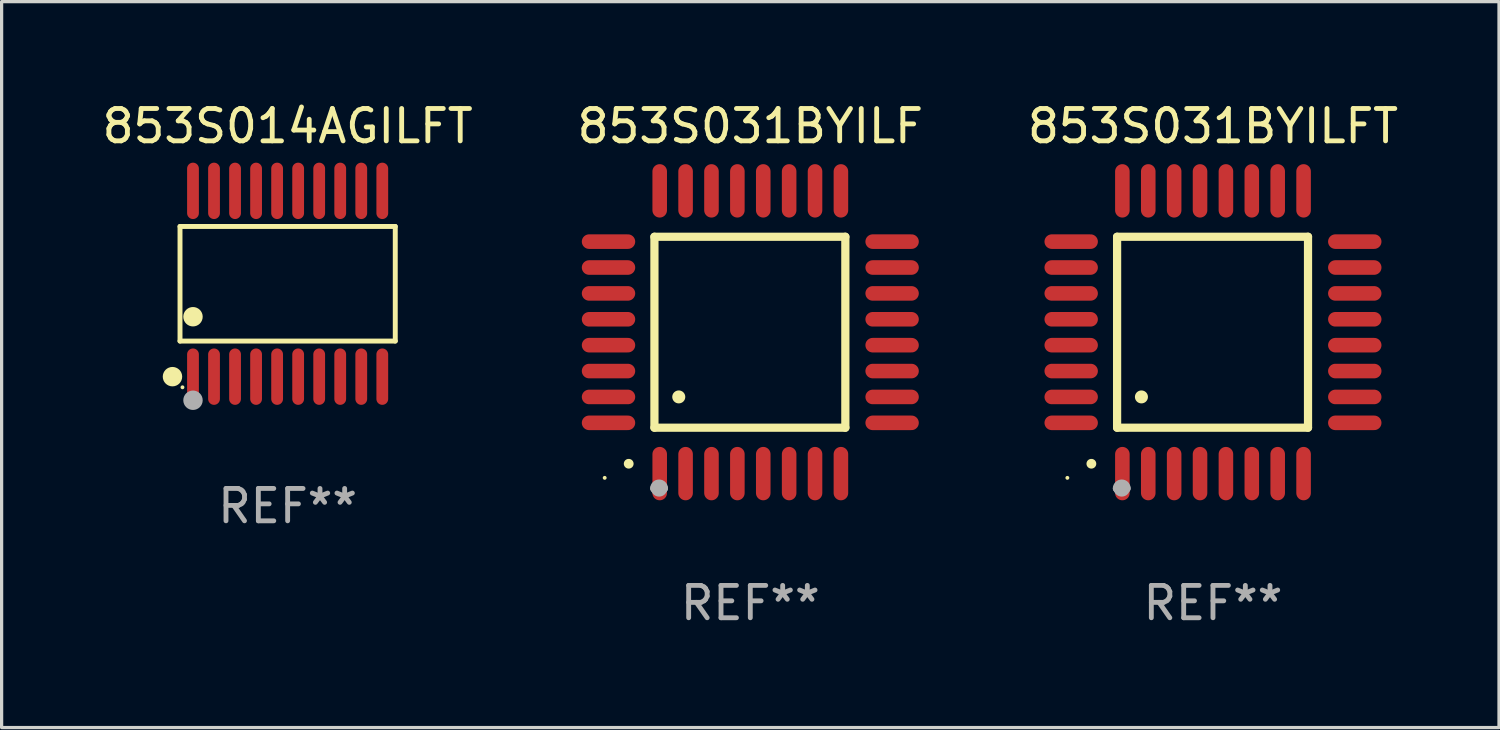
<source format=kicad_pcb>
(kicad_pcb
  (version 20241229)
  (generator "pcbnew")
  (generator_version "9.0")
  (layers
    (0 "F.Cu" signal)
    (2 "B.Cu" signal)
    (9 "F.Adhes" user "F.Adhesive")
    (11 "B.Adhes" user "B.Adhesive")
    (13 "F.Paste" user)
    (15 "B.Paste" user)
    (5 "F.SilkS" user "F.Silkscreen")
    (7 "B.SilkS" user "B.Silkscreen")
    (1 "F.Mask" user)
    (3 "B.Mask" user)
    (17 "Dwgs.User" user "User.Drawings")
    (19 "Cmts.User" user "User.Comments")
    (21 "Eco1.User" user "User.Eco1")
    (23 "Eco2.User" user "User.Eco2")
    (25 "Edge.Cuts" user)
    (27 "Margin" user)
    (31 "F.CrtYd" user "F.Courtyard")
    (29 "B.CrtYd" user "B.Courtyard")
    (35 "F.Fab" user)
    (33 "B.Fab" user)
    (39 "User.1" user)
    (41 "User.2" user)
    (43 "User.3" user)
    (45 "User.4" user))
  (footprint "853S031BYILFT"
    (layer "F.Cu")
    (at 34.435 7.217)
    (property "Reference" "853S031BYILFT" (at 0 -6.369 0) (layer "F.SilkS") (effects (font (size 1 1) (thickness 0.15))))
    (attr through_hole)
    (fp_line (start -2.963 -2.95) (end -2.963 2.95) (stroke (width 0.254) (type solid)) (layer "F.SilkS"))
    (fp_line (start -2.963 2.95) (end 2.937 2.95) (stroke (width 0.254) (type solid)) (layer "F.SilkS"))
    (fp_line (start 2.937 -2.95) (end -2.963 -2.95) (stroke (width 0.254) (type solid)) (layer "F.SilkS"))
    (fp_line (start 2.937 2.95) (end 2.937 -2.95) (stroke (width 0.254) (type solid)) (layer "F.SilkS"))
    (fp_arc (start -3.759208 4.064008) (mid -3.757938 4.064003) (end -3.756668 4.064008) (stroke (width 0.3) (type solid)) (layer "F.SilkS"))
    (fp_arc (start -2.212344 1.998984) (mid -2.211074 1.99898) (end -2.209804 1.998984) (stroke (width 0.4) (type solid)) (layer "F.SilkS"))
    (fp_circle (center -4.5 4.5) (end -4.47 4.5) (stroke (width 0.06) (type solid)) (fill no) (layer "F.SilkS"))
    (fp_arc (start -2.967489 4.82601) (mid -2.819406 4.677927) (end -2.671323 4.82601) (stroke (width 0.254001) (type solid)) (layer "F.Fab"))
    (fp_arc (start -2.967488 4.82601) (mid -2.819406 4.791053) (end -2.671324 4.82601) (stroke (width 0.254001) (type solid)) (layer "F.Fab"))
    (fp_circle (center -2.819 4.826) (end -2.692 4.826) (stroke (width 0.254) (type solid)) (fill no) (layer "F.Fab"))
    (fp_text user "REF**" (at 0 8.369 0) (layer "F.Fab") (effects (font (size 1 1) (thickness 0.15))))
    (pad "1" smd oval (at -2.8 4.369) (size 0.45 1.65) (layers "F.Cu" "F.Mask" "F.Paste"))
    (pad "2" smd oval (at -2 4.369) (size 0.45 1.65) (layers "F.Cu" "F.Mask" "F.Paste"))
    (pad "3" smd oval (at -1.2 4.369) (size 0.45 1.65) (layers "F.Cu" "F.Mask" "F.Paste"))
    (pad "4" smd oval (at -0.4 4.369) (size 0.45 1.65) (layers "F.Cu" "F.Mask" "F.Paste"))
    (pad "5" smd oval (at 0.4 4.369) (size 0.45 1.65) (layers "F.Cu" "F.Mask" "F.Paste"))
    (pad "6" smd oval (at 1.2 4.369) (size 0.45 1.65) (layers "F.Cu" "F.Mask" "F.Paste"))
    (pad "7" smd oval (at 2 4.369) (size 0.45 1.65) (layers "F.Cu" "F.Mask" "F.Paste"))
    (pad "8" smd oval (at 2.8 4.369) (size 0.45 1.65) (layers "F.Cu" "F.Mask" "F.Paste"))
    (pad "9" smd oval (at 4.382 2.8) (size 1.65 0.45) (layers "F.Cu" "F.Mask" "F.Paste"))
    (pad "10" smd oval (at 4.382 2) (size 1.65 0.45) (layers "F.Cu" "F.Mask" "F.Paste"))
    (pad "11" smd oval (at 4.382 1.2) (size 1.65 0.45) (layers "F.Cu" "F.Mask" "F.Paste"))
    (pad "12" smd oval (at 4.382 0.4) (size 1.65 0.45) (layers "F.Cu" "F.Mask" "F.Paste"))
    (pad "13" smd oval (at 4.382 -0.4) (size 1.65 0.45) (layers "F.Cu" "F.Mask" "F.Paste"))
    (pad "14" smd oval (at 4.382 -1.2) (size 1.65 0.45) (layers "F.Cu" "F.Mask" "F.Paste"))
    (pad "15" smd oval (at 4.382 -2) (size 1.65 0.45) (layers "F.Cu" "F.Mask" "F.Paste"))
    (pad "16" smd oval (at 4.382 -2.8) (size 1.65 0.45) (layers "F.Cu" "F.Mask" "F.Paste"))
    (pad "17" smd oval (at 2.8 -4.369) (size 0.45 1.65) (layers "F.Cu" "F.Mask" "F.Paste"))
    (pad "18" smd oval (at 2 -4.369) (size 0.45 1.65) (layers "F.Cu" "F.Mask" "F.Paste"))
    (pad "19" smd oval (at 1.2 -4.369) (size 0.45 1.65) (layers "F.Cu" "F.Mask" "F.Paste"))
    (pad "20" smd oval (at 0.4 -4.369) (size 0.45 1.65) (layers "F.Cu" "F.Mask" "F.Paste"))
    (pad "21" smd oval (at -0.4 -4.369) (size 0.45 1.65) (layers "F.Cu" "F.Mask" "F.Paste"))
    (pad "22" smd oval (at -1.2 -4.369) (size 0.45 1.65) (layers "F.Cu" "F.Mask" "F.Paste"))
    (pad "23" smd oval (at -2 -4.369) (size 0.45 1.65) (layers "F.Cu" "F.Mask" "F.Paste"))
    (pad "24" smd oval (at -2.8 -4.369) (size 0.45 1.65) (layers "F.Cu" "F.Mask" "F.Paste"))
    (pad "25" smd oval (at -4.382 -2.8) (size 1.65 0.45) (layers "F.Cu" "F.Mask" "F.Paste"))
    (pad "26" smd oval (at -4.382 -2) (size 1.65 0.45) (layers "F.Cu" "F.Mask" "F.Paste"))
    (pad "27" smd oval (at -4.382 -1.2) (size 1.65 0.45) (layers "F.Cu" "F.Mask" "F.Paste"))
    (pad "28" smd oval (at -4.382 -0.4) (size 1.65 0.45) (layers "F.Cu" "F.Mask" "F.Paste"))
    (pad "29" smd oval (at -4.382 0.4) (size 1.65 0.45) (layers "F.Cu" "F.Mask" "F.Paste"))
    (pad "30" smd oval (at -4.382 1.2) (size 1.65 0.45) (layers "F.Cu" "F.Mask" "F.Paste"))
    (pad "31" smd oval (at -4.382 2) (size 1.65 0.45) (layers "F.Cu" "F.Mask" "F.Paste"))
    (pad "32" smd oval (at -4.382 2.8) (size 1.65 0.45) (layers "F.Cu" "F.Mask" "F.Paste")))
  (footprint "853S014AGILFT"
    (layer "F.Cu")
    (at 5.839 5.719)
    (property "Reference" "853S014AGILFT" (at 0 -4.871 0) (layer "F.SilkS") (effects (font (size 1 1) (thickness 0.15))))
    (attr through_hole)
    (fp_line (start -3.326 -1.771) (end 3.326 -1.771) (stroke (width 0.152) (type solid)) (layer "F.SilkS"))
    (fp_line (start -3.326 1.771) (end -3.326 -1.771) (stroke (width 0.152) (type solid)) (layer "F.SilkS"))
    (fp_line (start 3.326 -1.771) (end 3.326 1.771) (stroke (width 0.152) (type solid)) (layer "F.SilkS"))
    (fp_line (start 3.326 1.771) (end -3.326 1.771) (stroke (width 0.152) (type solid)) (layer "F.SilkS"))
    (fp_circle (center -3.559 2.871) (end -3.409 2.871) (stroke (width 0.3) (type solid)) (fill no) (layer "F.SilkS"))
    (fp_circle (center -3.25 3.2) (end -3.22 3.2) (stroke (width 0.06) (type solid)) (fill no) (layer "F.SilkS"))
    (fp_circle (center -2.925 1.019) (end -2.775 1.019) (stroke (width 0.3) (type solid)) (fill no) (layer "F.SilkS"))
    (fp_circle (center -2.925 3.6) (end -2.775 3.6) (stroke (width 0.3) (type solid)) (fill no) (layer "F.Fab"))
    (fp_text user "REF**" (at 0 6.871 0) (layer "F.Fab") (effects (font (size 1 1) (thickness 0.15))))
    (pad "1" smd oval (at -2.925 2.871) (size 0.364 1.742) (layers "F.Cu" "F.Mask" "F.Paste"))
    (pad "2" smd oval (at -2.275 2.871) (size 0.364 1.742) (layers "F.Cu" "F.Mask" "F.Paste"))
    (pad "3" smd oval (at -1.625 2.871) (size 0.364 1.742) (layers "F.Cu" "F.Mask" "F.Paste"))
    (pad "4" smd oval (at -0.975 2.871) (size 0.364 1.742) (layers "F.Cu" "F.Mask" "F.Paste"))
    (pad "5" smd oval (at -0.325 2.871) (size 0.364 1.742) (layers "F.Cu" "F.Mask" "F.Paste"))
    (pad "6" smd oval (at 0.325 2.871) (size 0.364 1.742) (layers "F.Cu" "F.Mask" "F.Paste"))
    (pad "7" smd oval (at 0.975 2.871) (size 0.364 1.742) (layers "F.Cu" "F.Mask" "F.Paste"))
    (pad "8" smd oval (at 1.625 2.871) (size 0.364 1.742) (layers "F.Cu" "F.Mask" "F.Paste"))
    (pad "9" smd oval (at 2.275 2.871) (size 0.364 1.742) (layers "F.Cu" "F.Mask" "F.Paste"))
    (pad "10" smd oval (at 2.925 2.871) (size 0.364 1.742) (layers "F.Cu" "F.Mask" "F.Paste"))
    (pad "11" smd oval (at 2.925 -2.871) (size 0.364 1.742) (layers "F.Cu" "F.Mask" "F.Paste"))
    (pad "12" smd oval (at 2.275 -2.871) (size 0.364 1.742) (layers "F.Cu" "F.Mask" "F.Paste"))
    (pad "13" smd oval (at 1.625 -2.871) (size 0.364 1.742) (layers "F.Cu" "F.Mask" "F.Paste"))
    (pad "14" smd oval (at 0.975 -2.871) (size 0.364 1.742) (layers "F.Cu" "F.Mask" "F.Paste"))
    (pad "15" smd oval (at 0.325 -2.871) (size 0.364 1.742) (layers "F.Cu" "F.Mask" "F.Paste"))
    (pad "16" smd oval (at -0.325 -2.871) (size 0.364 1.742) (layers "F.Cu" "F.Mask" "F.Paste"))
    (pad "17" smd oval (at -0.975 -2.871) (size 0.364 1.742) (layers "F.Cu" "F.Mask" "F.Paste"))
    (pad "18" smd oval (at -1.625 -2.871) (size 0.364 1.742) (layers "F.Cu" "F.Mask" "F.Paste"))
    (pad "19" smd oval (at -2.275 -2.871) (size 0.364 1.742) (layers "F.Cu" "F.Mask" "F.Paste"))
    (pad "20" smd oval (at -2.925 -2.871) (size 0.364 1.742) (layers "F.Cu" "F.Mask" "F.Paste")))
  (footprint "853S031BYILF"
    (layer "F.Cu")
    (at 20.137 7.217)
    (property "Reference" "853S031BYILF" (at 0 -6.369 0) (layer "F.SilkS") (effects (font (size 1 1) (thickness 0.15))))
    (attr through_hole)
    (fp_line (start -2.963 -2.95) (end -2.963 2.95) (stroke (width 0.254) (type solid)) (layer "F.SilkS"))
    (fp_line (start -2.963 2.95) (end 2.937 2.95) (stroke (width 0.254) (type solid)) (layer "F.SilkS"))
    (fp_line (start 2.937 -2.95) (end -2.963 -2.95) (stroke (width 0.254) (type solid)) (layer "F.SilkS"))
    (fp_line (start 2.937 2.95) (end 2.937 -2.95) (stroke (width 0.254) (type solid)) (layer "F.SilkS"))
    (fp_arc (start -3.759208 4.064008) (mid -3.757938 4.064003) (end -3.756668 4.064008) (stroke (width 0.3) (type solid)) (layer "F.SilkS"))
    (fp_arc (start -2.212344 1.998984) (mid -2.211074 1.99898) (end -2.209804 1.998984) (stroke (width 0.4) (type solid)) (layer "F.SilkS"))
    (fp_circle (center -4.5 4.5) (end -4.47 4.5) (stroke (width 0.06) (type solid)) (fill no) (layer "F.SilkS"))
    (fp_arc (start -2.967489 4.82601) (mid -2.819406 4.677927) (end -2.671323 4.82601) (stroke (width 0.254001) (type solid)) (layer "F.Fab"))
    (fp_arc (start -2.967488 4.82601) (mid -2.819406 4.791053) (end -2.671324 4.82601) (stroke (width 0.254001) (type solid)) (layer "F.Fab"))
    (fp_circle (center -2.819 4.826) (end -2.692 4.826) (stroke (width 0.254) (type solid)) (fill no) (layer "F.Fab"))
    (fp_text user "REF**" (at 0 8.369 0) (layer "F.Fab") (effects (font (size 1 1) (thickness 0.15))))
    (pad "1" smd oval (at -2.8 4.369) (size 0.45 1.65) (layers "F.Cu" "F.Mask" "F.Paste"))
    (pad "2" smd oval (at -2 4.369) (size 0.45 1.65) (layers "F.Cu" "F.Mask" "F.Paste"))
    (pad "3" smd oval (at -1.2 4.369) (size 0.45 1.65) (layers "F.Cu" "F.Mask" "F.Paste"))
    (pad "4" smd oval (at -0.4 4.369) (size 0.45 1.65) (layers "F.Cu" "F.Mask" "F.Paste"))
    (pad "5" smd oval (at 0.4 4.369) (size 0.45 1.65) (layers "F.Cu" "F.Mask" "F.Paste"))
    (pad "6" smd oval (at 1.2 4.369) (size 0.45 1.65) (layers "F.Cu" "F.Mask" "F.Paste"))
    (pad "7" smd oval (at 2 4.369) (size 0.45 1.65) (layers "F.Cu" "F.Mask" "F.Paste"))
    (pad "8" smd oval (at 2.8 4.369) (size 0.45 1.65) (layers "F.Cu" "F.Mask" "F.Paste"))
    (pad "9" smd oval (at 4.382 2.8) (size 1.65 0.45) (layers "F.Cu" "F.Mask" "F.Paste"))
    (pad "10" smd oval (at 4.382 2) (size 1.65 0.45) (layers "F.Cu" "F.Mask" "F.Paste"))
    (pad "11" smd oval (at 4.382 1.2) (size 1.65 0.45) (layers "F.Cu" "F.Mask" "F.Paste"))
    (pad "12" smd oval (at 4.382 0.4) (size 1.65 0.45) (layers "F.Cu" "F.Mask" "F.Paste"))
    (pad "13" smd oval (at 4.382 -0.4) (size 1.65 0.45) (layers "F.Cu" "F.Mask" "F.Paste"))
    (pad "14" smd oval (at 4.382 -1.2) (size 1.65 0.45) (layers "F.Cu" "F.Mask" "F.Paste"))
    (pad "15" smd oval (at 4.382 -2) (size 1.65 0.45) (layers "F.Cu" "F.Mask" "F.Paste"))
    (pad "16" smd oval (at 4.382 -2.8) (size 1.65 0.45) (layers "F.Cu" "F.Mask" "F.Paste"))
    (pad "17" smd oval (at 2.8 -4.369) (size 0.45 1.65) (layers "F.Cu" "F.Mask" "F.Paste"))
    (pad "18" smd oval (at 2 -4.369) (size 0.45 1.65) (layers "F.Cu" "F.Mask" "F.Paste"))
    (pad "19" smd oval (at 1.2 -4.369) (size 0.45 1.65) (layers "F.Cu" "F.Mask" "F.Paste"))
    (pad "20" smd oval (at 0.4 -4.369) (size 0.45 1.65) (layers "F.Cu" "F.Mask" "F.Paste"))
    (pad "21" smd oval (at -0.4 -4.369) (size 0.45 1.65) (layers "F.Cu" "F.Mask" "F.Paste"))
    (pad "22" smd oval (at -1.2 -4.369) (size 0.45 1.65) (layers "F.Cu" "F.Mask" "F.Paste"))
    (pad "23" smd oval (at -2 -4.369) (size 0.45 1.65) (layers "F.Cu" "F.Mask" "F.Paste"))
    (pad "24" smd oval (at -2.8 -4.369) (size 0.45 1.65) (layers "F.Cu" "F.Mask" "F.Paste"))
    (pad "25" smd oval (at -4.382 -2.8) (size 1.65 0.45) (layers "F.Cu" "F.Mask" "F.Paste"))
    (pad "26" smd oval (at -4.382 -2) (size 1.65 0.45) (layers "F.Cu" "F.Mask" "F.Paste"))
    (pad "27" smd oval (at -4.382 -1.2) (size 1.65 0.45) (layers "F.Cu" "F.Mask" "F.Paste"))
    (pad "28" smd oval (at -4.382 -0.4) (size 1.65 0.45) (layers "F.Cu" "F.Mask" "F.Paste"))
    (pad "29" smd oval (at -4.382 0.4) (size 1.65 0.45) (layers "F.Cu" "F.Mask" "F.Paste"))
    (pad "30" smd oval (at -4.382 1.2) (size 1.65 0.45) (layers "F.Cu" "F.Mask" "F.Paste"))
    (pad "31" smd oval (at -4.382 2) (size 1.65 0.45) (layers "F.Cu" "F.Mask" "F.Paste"))
    (pad "32" smd oval (at -4.382 2.8) (size 1.65 0.45) (layers "F.Cu" "F.Mask" "F.Paste")))
  (gr_rect
    (start -3 -3)
    (end 43.274 19.434)
    (stroke (width 0.1) (type default))
    (fill no)
    (layer "Edge.Cuts")))
</source>
